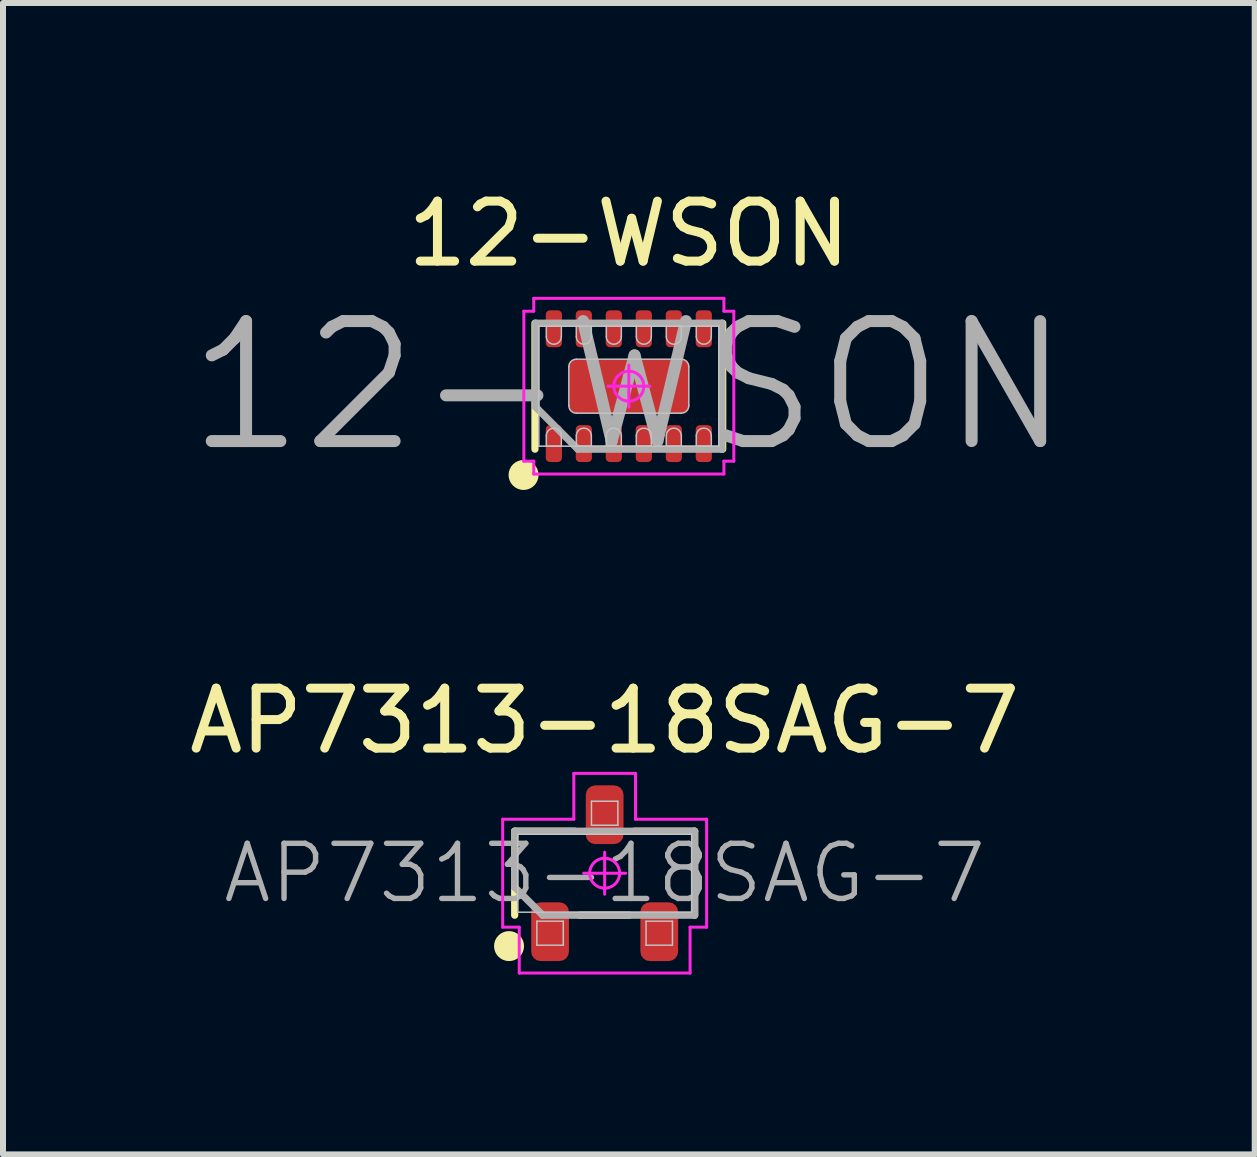
<source format=kicad_pcb>
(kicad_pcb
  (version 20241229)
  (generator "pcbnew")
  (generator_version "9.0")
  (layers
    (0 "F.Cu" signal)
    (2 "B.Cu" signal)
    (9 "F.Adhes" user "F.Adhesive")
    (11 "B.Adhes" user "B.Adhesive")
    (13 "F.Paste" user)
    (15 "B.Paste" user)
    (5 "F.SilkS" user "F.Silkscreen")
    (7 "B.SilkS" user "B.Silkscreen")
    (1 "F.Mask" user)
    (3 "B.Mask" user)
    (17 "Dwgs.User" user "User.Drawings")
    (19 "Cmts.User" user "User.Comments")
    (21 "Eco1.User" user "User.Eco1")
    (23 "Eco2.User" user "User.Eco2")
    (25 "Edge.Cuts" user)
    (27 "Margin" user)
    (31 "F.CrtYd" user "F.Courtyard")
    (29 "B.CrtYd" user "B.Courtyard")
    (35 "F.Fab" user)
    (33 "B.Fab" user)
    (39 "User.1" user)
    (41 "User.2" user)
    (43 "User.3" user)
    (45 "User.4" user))
  (footprint "12-WSON"
    (layer "F.Cu")
    (at 7.433 3.388)
    (property "Reference" "12-WSON" (at 0 -2.54 0) (layer "F.SilkS") (effects (font (size 1 1) (thickness 0.15))))
    (attr smd)
    (fp_line (start -1.565 1.05) (end -1.565 -1.05) (stroke (width 0.12) (type solid)) (layer "F.SilkS"))
    (fp_line (start 1.565 1.05) (end 1.565 -1.05) (stroke (width 0.12) (type solid)) (layer "F.SilkS"))
    (fp_circle (center -1.755 1.48) (end -1.755 1.605) (stroke (width 0.25) (type solid)) (fill no) (layer "F.SilkS"))
    (fp_line (start -1.5 -1) (end 1.5 -1) (stroke (width 0.025) (type solid)) (layer "Dwgs.User"))
    (fp_line (start -1.5 1) (end -1.5 -1) (stroke (width 0.025) (type solid)) (layer "Dwgs.User"))
    (fp_line (start -1.375 -1) (end -1.375 -0.825) (stroke (width 0.025) (type solid)) (layer "Dwgs.User"))
    (fp_line (start -1.375 0.825) (end -1.375 1) (stroke (width 0.025) (type solid)) (layer "Dwgs.User"))
    (fp_line (start -1.375 1) (end -1.125 1) (stroke (width 0.025) (type solid)) (layer "Dwgs.User"))
    (fp_line (start -1.125 -1) (end -1.375 -1) (stroke (width 0.025) (type solid)) (layer "Dwgs.User"))
    (fp_line (start -1.125 -0.825) (end -1.125 -1) (stroke (width 0.025) (type solid)) (layer "Dwgs.User"))
    (fp_line (start -1.125 1) (end -1.125 0.825) (stroke (width 0.025) (type solid)) (layer "Dwgs.User"))
    (fp_line (start -1 -0.325) (end -1 0.325) (stroke (width 0.025) (type solid)) (layer "Dwgs.User"))
    (fp_line (start -0.875 -1) (end -0.875 -0.825) (stroke (width 0.025) (type solid)) (layer "Dwgs.User"))
    (fp_line (start -0.875 0.45) (end 0.875 0.45) (stroke (width 0.025) (type solid)) (layer "Dwgs.User"))
    (fp_line (start -0.875 0.825) (end -0.875 1) (stroke (width 0.025) (type solid)) (layer "Dwgs.User"))
    (fp_line (start -0.875 1) (end -0.625 1) (stroke (width 0.025) (type solid)) (layer "Dwgs.User"))
    (fp_line (start -0.625 -1) (end -0.875 -1) (stroke (width 0.025) (type solid)) (layer "Dwgs.User"))
    (fp_line (start -0.625 -0.825) (end -0.625 -1) (stroke (width 0.025) (type solid)) (layer "Dwgs.User"))
    (fp_line (start -0.625 1) (end -0.625 0.825) (stroke (width 0.025) (type solid)) (layer "Dwgs.User"))
    (fp_line (start -0.375 -1) (end -0.375 -0.825) (stroke (width 0.025) (type solid)) (layer "Dwgs.User"))
    (fp_line (start -0.375 0.825) (end -0.375 1) (stroke (width 0.025) (type solid)) (layer "Dwgs.User"))
    (fp_line (start -0.375 1) (end -0.125 1) (stroke (width 0.025) (type solid)) (layer "Dwgs.User"))
    (fp_line (start -0.125 -1) (end -0.375 -1) (stroke (width 0.025) (type solid)) (layer "Dwgs.User"))
    (fp_line (start -0.125 -0.825) (end -0.125 -1) (stroke (width 0.025) (type solid)) (layer "Dwgs.User"))
    (fp_line (start -0.125 1) (end -0.125 0.825) (stroke (width 0.025) (type solid)) (layer "Dwgs.User"))
    (fp_line (start 0.125 -1) (end 0.125 -0.825) (stroke (width 0.025) (type solid)) (layer "Dwgs.User"))
    (fp_line (start 0.125 0.825) (end 0.125 1) (stroke (width 0.025) (type solid)) (layer "Dwgs.User"))
    (fp_line (start 0.125 1) (end 0.375 1) (stroke (width 0.025) (type solid)) (layer "Dwgs.User"))
    (fp_line (start 0.375 -1) (end 0.125 -1) (stroke (width 0.025) (type solid)) (layer "Dwgs.User"))
    (fp_line (start 0.375 -0.825) (end 0.375 -1) (stroke (width 0.025) (type solid)) (layer "Dwgs.User"))
    (fp_line (start 0.375 1) (end 0.375 0.825) (stroke (width 0.025) (type solid)) (layer "Dwgs.User"))
    (fp_line (start 0.625 -1) (end 0.625 -0.825) (stroke (width 0.025) (type solid)) (layer "Dwgs.User"))
    (fp_line (start 0.625 0.825) (end 0.625 1) (stroke (width 0.025) (type solid)) (layer "Dwgs.User"))
    (fp_line (start 0.625 1) (end 0.875 1) (stroke (width 0.025) (type solid)) (layer "Dwgs.User"))
    (fp_line (start 0.875 -1) (end 0.625 -1) (stroke (width 0.025) (type solid)) (layer "Dwgs.User"))
    (fp_line (start 0.875 -0.825) (end 0.875 -1) (stroke (width 0.025) (type solid)) (layer "Dwgs.User"))
    (fp_line (start 0.875 -0.45) (end -0.875 -0.45) (stroke (width 0.025) (type solid)) (layer "Dwgs.User"))
    (fp_line (start 0.875 1) (end 0.875 0.825) (stroke (width 0.025) (type solid)) (layer "Dwgs.User"))
    (fp_line (start 1 0.325) (end 1 -0.325) (stroke (width 0.025) (type solid)) (layer "Dwgs.User"))
    (fp_line (start 1.125 -1) (end 1.125 -0.825) (stroke (width 0.025) (type solid)) (layer "Dwgs.User"))
    (fp_line (start 1.125 0.825) (end 1.125 1) (stroke (width 0.025) (type solid)) (layer "Dwgs.User"))
    (fp_line (start 1.125 1) (end 1.375 1) (stroke (width 0.025) (type solid)) (layer "Dwgs.User"))
    (fp_line (start 1.375 -1) (end 1.125 -1) (stroke (width 0.025) (type solid)) (layer "Dwgs.User"))
    (fp_line (start 1.375 -0.825) (end 1.375 -1) (stroke (width 0.025) (type solid)) (layer "Dwgs.User"))
    (fp_line (start 1.375 1) (end 1.375 0.825) (stroke (width 0.025) (type solid)) (layer "Dwgs.User"))
    (fp_line (start 1.5 -1) (end 1.5 1) (stroke (width 0.025) (type solid)) (layer "Dwgs.User"))
    (fp_line (start 1.5 1) (end -1.5 1) (stroke (width 0.025) (type solid)) (layer "Dwgs.User"))
    (fp_arc (start -1.375 0.825) (mid -1.25 0.7) (end -1.125 0.825) (stroke (width 0.025) (type solid)) (layer "Dwgs.User"))
    (fp_arc (start -1.125 -0.825) (mid -1.25 -0.7) (end -1.375 -0.825) (stroke (width 0.025) (type solid)) (layer "Dwgs.User"))
    (fp_arc (start -1 -0.325) (mid -0.963388 -0.413388) (end -0.875 -0.45) (stroke (width 0.025) (type solid)) (layer "Dwgs.User"))
    (fp_arc (start -0.875 0.45) (mid -0.963388 0.413388) (end -1 0.325) (stroke (width 0.025) (type solid)) (layer "Dwgs.User"))
    (fp_arc (start -0.875 0.825) (mid -0.75 0.7) (end -0.625 0.825) (stroke (width 0.025) (type solid)) (layer "Dwgs.User"))
    (fp_arc (start -0.625 -0.825) (mid -0.75 -0.7) (end -0.875 -0.825) (stroke (width 0.025) (type solid)) (layer "Dwgs.User"))
    (fp_arc (start -0.375 0.825) (mid -0.25 0.7) (end -0.125 0.825) (stroke (width 0.025) (type solid)) (layer "Dwgs.User"))
    (fp_arc (start -0.125 -0.825) (mid -0.25 -0.7) (end -0.375 -0.825) (stroke (width 0.025) (type solid)) (layer "Dwgs.User"))
    (fp_arc (start 0.125 0.825) (mid 0.25 0.7) (end 0.375 0.825) (stroke (width 0.025) (type solid)) (layer "Dwgs.User"))
    (fp_arc (start 0.375 -0.825) (mid 0.25 -0.7) (end 0.125 -0.825) (stroke (width 0.025) (type solid)) (layer "Dwgs.User"))
    (fp_arc (start 0.625 0.825) (mid 0.75 0.7) (end 0.875 0.825) (stroke (width 0.025) (type solid)) (layer "Dwgs.User"))
    (fp_arc (start 0.875 -0.825) (mid 0.75 -0.7) (end 0.625 -0.825) (stroke (width 0.025) (type solid)) (layer "Dwgs.User"))
    (fp_arc (start 0.875 -0.45) (mid 0.963388 -0.413388) (end 1 -0.325) (stroke (width 0.025) (type solid)) (layer "Dwgs.User"))
    (fp_arc (start 1 0.325) (mid 0.963388 0.413388) (end 0.875 0.45) (stroke (width 0.025) (type solid)) (layer "Dwgs.User"))
    (fp_arc (start 1.125 0.825) (mid 1.25 0.7) (end 1.375 0.825) (stroke (width 0.025) (type solid)) (layer "Dwgs.User"))
    (fp_arc (start 1.375 -0.825) (mid 1.25 -0.7) (end 1.125 -0.825) (stroke (width 0.025) (type solid)) (layer "Dwgs.User"))
    (fp_line (start -1.75 -1.25) (end -1.75 1.25) (stroke (width 0.05) (type solid)) (layer "F.CrtYd"))
    (fp_line (start -1.75 1.25) (end -1.585 1.25) (stroke (width 0.05) (type solid)) (layer "F.CrtYd"))
    (fp_line (start -1.585 -1.464) (end -1.585 -1.25) (stroke (width 0.05) (type solid)) (layer "F.CrtYd"))
    (fp_line (start -1.585 -1.25) (end -1.75 -1.25) (stroke (width 0.05) (type solid)) (layer "F.CrtYd"))
    (fp_line (start -1.585 1.25) (end -1.585 1.464) (stroke (width 0.05) (type solid)) (layer "F.CrtYd"))
    (fp_line (start -1.585 1.464) (end 1.585 1.464) (stroke (width 0.05) (type solid)) (layer "F.CrtYd"))
    (fp_line (start -0.35 0) (end 0.35 0) (stroke (width 0.05) (type solid)) (layer "F.CrtYd"))
    (fp_line (start 0 -0.35) (end 0 0.35) (stroke (width 0.05) (type solid)) (layer "F.CrtYd"))
    (fp_line (start 1.585 -1.464) (end -1.585 -1.464) (stroke (width 0.05) (type solid)) (layer "F.CrtYd"))
    (fp_line (start 1.585 -1.25) (end 1.585 -1.464) (stroke (width 0.05) (type solid)) (layer "F.CrtYd"))
    (fp_line (start 1.585 1.25) (end 1.75 1.25) (stroke (width 0.05) (type solid)) (layer "F.CrtYd"))
    (fp_line (start 1.585 1.464) (end 1.585 1.25) (stroke (width 0.05) (type solid)) (layer "F.CrtYd"))
    (fp_line (start 1.75 -1.25) (end 1.585 -1.25) (stroke (width 0.05) (type solid)) (layer "F.CrtYd"))
    (fp_line (start 1.75 1.25) (end 1.75 -1.25) (stroke (width 0.05) (type solid)) (layer "F.CrtYd"))
    (fp_circle (center 0 0) (end 0 0.25) (stroke (width 0.05) (type solid)) (fill no) (layer "F.CrtYd"))
    (fp_line (start -1.55 -1.05) (end 1.55 -1.05) (stroke (width 0.12) (type solid)) (layer "F.Fab"))
    (fp_line (start -1.55 0.35) (end -1.55 -1.05) (stroke (width 0.12) (type solid)) (layer "F.Fab"))
    (fp_line (start -0.85 1.05) (end -1.55 0.35) (stroke (width 0.12) (type solid)) (layer "F.Fab"))
    (fp_line (start 1.55 -1.05) (end 1.55 1.05) (stroke (width 0.12) (type solid)) (layer "F.Fab"))
    (fp_line (start 1.55 1.05) (end -0.85 1.05) (stroke (width 0.12) (type solid)) (layer "F.Fab"))
    (fp_text user "${REFERENCE}" (at 0 0 0) (layer "F.Fab") (effects (font (size 2 2) (thickness 0.2))))
    (pad "" smd roundrect (at -0.5 0 90) (size 0.546 0.824) (layers "F.Paste") (roundrect_rratio 0.25))
    (pad "" smd roundrect (at 0.5 0 90) (size 0.546 0.824) (layers "F.Paste") (roundrect_rratio 0.25))
    (pad "1" smd roundrect (at -1.25 0.957 90) (size 0.615 0.27) (layers "F.Cu" "F.Mask" "F.Paste") (roundrect_rratio 0.252))
    (pad "2" smd roundrect (at -0.75 0.957 90) (size 0.615 0.27) (layers "F.Cu" "F.Mask" "F.Paste") (roundrect_rratio 0.252))
    (pad "3" smd roundrect (at -0.25 0.957 90) (size 0.615 0.27) (layers "F.Cu" "F.Mask" "F.Paste") (roundrect_rratio 0.252))
    (pad "4" smd roundrect (at 0.25 0.957 90) (size 0.615 0.27) (layers "F.Cu" "F.Mask" "F.Paste") (roundrect_rratio 0.252))
    (pad "5" smd roundrect (at 0.75 0.957 90) (size 0.615 0.27) (layers "F.Cu" "F.Mask" "F.Paste") (roundrect_rratio 0.252))
    (pad "6" smd roundrect (at 0 0 90) (size 0.9 2) (layers "F.Cu" "F.Mask") (roundrect_rratio 0.139))
    (pad "6" smd roundrect (at 1.25 0.957 90) (size 0.615 0.27) (layers "F.Cu" "F.Mask" "F.Paste") (roundrect_rratio 0.252))
    (pad "7" smd roundrect (at 1.25 -0.957 90) (size 0.615 0.27) (layers "F.Cu" "F.Mask" "F.Paste") (roundrect_rratio 0.252))
    (pad "8" smd roundrect (at 0.75 -0.957 90) (size 0.615 0.27) (layers "F.Cu" "F.Mask" "F.Paste") (roundrect_rratio 0.252))
    (pad "9" smd roundrect (at 0.25 -0.957 90) (size 0.615 0.27) (layers "F.Cu" "F.Mask" "F.Paste") (roundrect_rratio 0.252))
    (pad "10" smd roundrect (at -0.25 -0.957 90) (size 0.615 0.27) (layers "F.Cu" "F.Mask" "F.Paste") (roundrect_rratio 0.252))
    (pad "11" smd roundrect (at -0.75 -0.957 90) (size 0.615 0.27) (layers "F.Cu" "F.Mask" "F.Paste") (roundrect_rratio 0.252))
    (pad "12" smd roundrect (at -1.25 -0.957 90) (size 0.615 0.27) (layers "F.Cu" "F.Mask" "F.Paste") (roundrect_rratio 0.252)))
  (footprint "AP7313-18SAG-7"
    (layer "F.Cu")
    (at 7.03 11.507)
    (property "Reference" "AP7313-18SAG-7" (at 0 -2.54 0) (layer "F.SilkS") (effects (font (size 1 1) (thickness 0.15))))
    (attr smd)
    (fp_line (start -1.5 -0.7) (end -0.494 -0.7) (stroke (width 0.12) (type solid)) (layer "F.SilkS"))
    (fp_line (start -1.5 0.7) (end -1.5 -0.7) (stroke (width 0.12) (type solid)) (layer "F.SilkS"))
    (fp_line (start 0.416 0.7) (end -0.416 0.7) (stroke (width 0.12) (type solid)) (layer "F.SilkS"))
    (fp_line (start 0.494 -0.7) (end 1.5 -0.7) (stroke (width 0.12) (type solid)) (layer "F.SilkS"))
    (fp_line (start 1.5 -0.7) (end 1.5 0.7) (stroke (width 0.12) (type solid)) (layer "F.SilkS"))
    (fp_circle (center -1.594 1.215) (end -1.594 1.34) (stroke (width 0.25) (type solid)) (fill no) (layer "F.SilkS"))
    (fp_line (start -1.45 -0.65) (end 1.45 -0.65) (stroke (width 0.025) (type solid)) (layer "Dwgs.User"))
    (fp_line (start -1.45 0.65) (end -1.45 -0.65) (stroke (width 0.025) (type solid)) (layer "Dwgs.User"))
    (fp_line (start -1.13 0.8) (end -0.69 0.8) (stroke (width 0.025) (type solid)) (layer "Dwgs.User"))
    (fp_line (start -1.13 1.2) (end -1.13 0.8) (stroke (width 0.025) (type solid)) (layer "Dwgs.User"))
    (fp_line (start -0.69 0.8) (end -0.69 1.2) (stroke (width 0.025) (type solid)) (layer "Dwgs.User"))
    (fp_line (start -0.69 1.2) (end -1.13 1.2) (stroke (width 0.025) (type solid)) (layer "Dwgs.User"))
    (fp_line (start -0.22 -1.2) (end 0.22 -1.2) (stroke (width 0.025) (type solid)) (layer "Dwgs.User"))
    (fp_line (start -0.22 -0.8) (end -0.22 -1.2) (stroke (width 0.025) (type solid)) (layer "Dwgs.User"))
    (fp_line (start 0.22 -1.2) (end 0.22 -0.8) (stroke (width 0.025) (type solid)) (layer "Dwgs.User"))
    (fp_line (start 0.22 -0.8) (end -0.22 -0.8) (stroke (width 0.025) (type solid)) (layer "Dwgs.User"))
    (fp_line (start 0.69 0.8) (end 1.13 0.8) (stroke (width 0.025) (type solid)) (layer "Dwgs.User"))
    (fp_line (start 0.69 1.2) (end 0.69 0.8) (stroke (width 0.025) (type solid)) (layer "Dwgs.User"))
    (fp_line (start 1.13 0.8) (end 1.13 1.2) (stroke (width 0.025) (type solid)) (layer "Dwgs.User"))
    (fp_line (start 1.13 1.2) (end 0.69 1.2) (stroke (width 0.025) (type solid)) (layer "Dwgs.User"))
    (fp_line (start 1.45 -0.65) (end 1.45 0.65) (stroke (width 0.025) (type solid)) (layer "Dwgs.User"))
    (fp_line (start 1.45 0.65) (end -1.45 0.65) (stroke (width 0.025) (type solid)) (layer "Dwgs.User"))
    (fp_line (start -1.7 -0.9) (end -1.7 0.9) (stroke (width 0.05) (type solid)) (layer "F.CrtYd"))
    (fp_line (start -1.7 0.9) (end -1.424 0.9) (stroke (width 0.05) (type solid)) (layer "F.CrtYd"))
    (fp_line (start -1.424 0.9) (end -1.424 1.664) (stroke (width 0.05) (type solid)) (layer "F.CrtYd"))
    (fp_line (start -1.424 1.664) (end 1.424 1.664) (stroke (width 0.05) (type solid)) (layer "F.CrtYd"))
    (fp_line (start -0.514 -1.664) (end -0.514 -0.9) (stroke (width 0.05) (type solid)) (layer "F.CrtYd"))
    (fp_line (start -0.514 -0.9) (end -1.7 -0.9) (stroke (width 0.05) (type solid)) (layer "F.CrtYd"))
    (fp_line (start -0.35 0) (end 0.35 0) (stroke (width 0.05) (type solid)) (layer "F.CrtYd"))
    (fp_line (start 0 -0.35) (end 0 0.35) (stroke (width 0.05) (type solid)) (layer "F.CrtYd"))
    (fp_line (start 0.514 -1.664) (end -0.514 -1.664) (stroke (width 0.05) (type solid)) (layer "F.CrtYd"))
    (fp_line (start 0.514 -0.9) (end 0.514 -1.664) (stroke (width 0.05) (type solid)) (layer "F.CrtYd"))
    (fp_line (start 1.424 0.9) (end 1.7 0.9) (stroke (width 0.05) (type solid)) (layer "F.CrtYd"))
    (fp_line (start 1.424 1.664) (end 1.424 0.9) (stroke (width 0.05) (type solid)) (layer "F.CrtYd"))
    (fp_line (start 1.7 -0.9) (end 0.514 -0.9) (stroke (width 0.05) (type solid)) (layer "F.CrtYd"))
    (fp_line (start 1.7 0.9) (end 1.7 -0.9) (stroke (width 0.05) (type solid)) (layer "F.CrtYd"))
    (fp_circle (center 0 0) (end 0 0.25) (stroke (width 0.05) (type solid)) (fill no) (layer "F.CrtYd"))
    (fp_line (start -1.5 -0.7) (end 1.5 -0.7) (stroke (width 0.12) (type solid)) (layer "F.Fab"))
    (fp_line (start -1.5 0.233) (end -1.5 -0.7) (stroke (width 0.12) (type solid)) (layer "F.Fab"))
    (fp_line (start -1.033 0.7) (end -1.5 0.233) (stroke (width 0.12) (type solid)) (layer "F.Fab"))
    (fp_line (start 1.5 -0.7) (end 1.5 0.7) (stroke (width 0.12) (type solid)) (layer "F.Fab"))
    (fp_line (start 1.5 0.7) (end -1.033 0.7) (stroke (width 0.12) (type solid)) (layer "F.Fab"))
    (fp_text user "${REFERENCE}" (at 0 0 0) (layer "F.Fab") (effects (font (size 0.92 0.92) (thickness 0.09))))
    (pad "1" smd roundrect (at -0.91 0.975 90) (size 0.979 0.629) (layers "F.Cu" "F.Mask" "F.Paste") (roundrect_rratio 0.25))
    (pad "2" smd roundrect (at 0.91 0.975 90) (size 0.979 0.629) (layers "F.Cu" "F.Mask" "F.Paste") (roundrect_rratio 0.25))
    (pad "3" smd roundrect (at 0 -0.975 90) (size 0.979 0.629) (layers "F.Cu" "F.Mask" "F.Paste") (roundrect_rratio 0.25)))
  (gr_rect
    (start -3 -3)
    (end 17.867 16.195)
    (stroke (width 0.1) (type default))
    (fill no)
    (layer "Edge.Cuts")))
</source>
